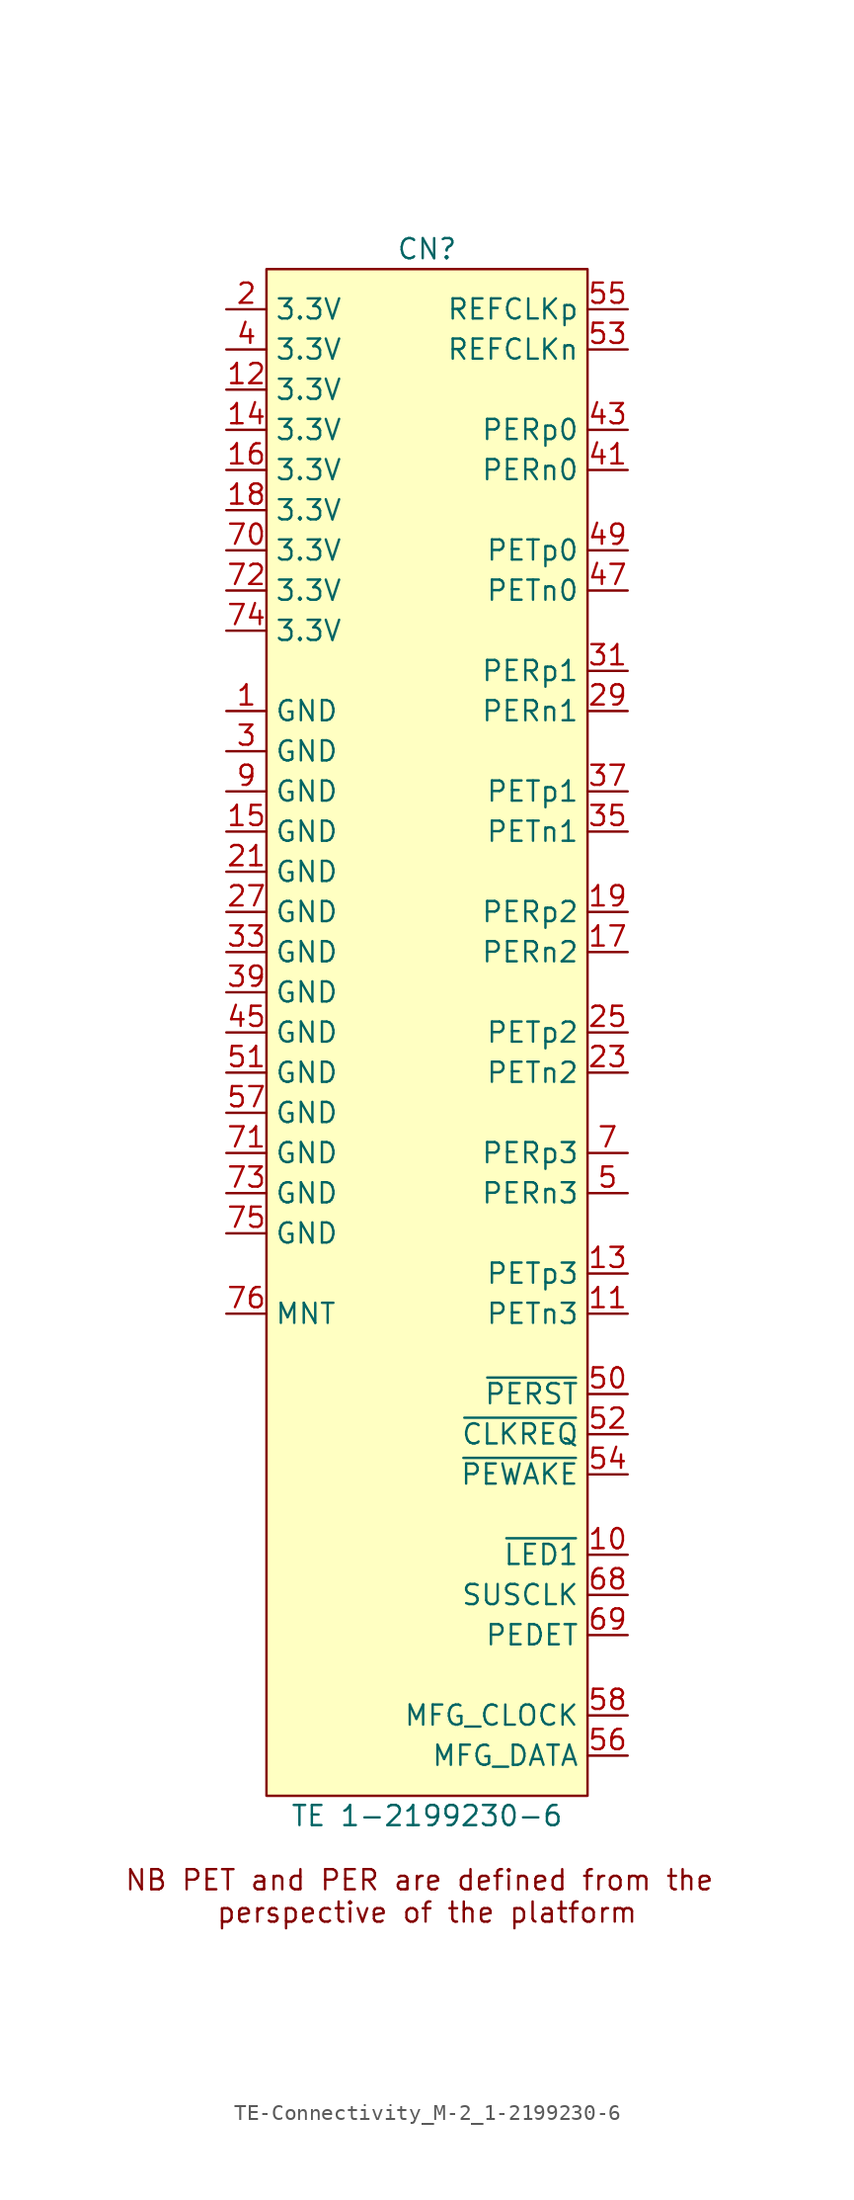
<source format=kicad_sym>
(kicad_symbol_lib
  (version 20220914)
  (generator kicad_symbol_editor)
  (symbol "TE-Connectivity_M-2_1-2199230-6"
    (property "Reference" "CN"
      (at 0 3.81 0)
      (do_not_autoplace)
      (effects (font (size 1.27 1.27))))
    (property "Value" "TE 1-2199230-6"
      (at 0 -95.25 0)
      (do_not_autoplace)
      (effects (font (size 1.27 1.27))))
    (symbol "TE-Connectivity_M-2_1-2199230-6_1_1"
      (rectangle (start -10.16 2.54) (end 10.16 -93.98) (stroke (width 0) (type default)) (fill (type background)))
      (text "NB PET and PER are defined from the \nperspective of the platform" (at 0 -100.33 0) (effects (font (size 1.27 1.27))))
      (pin power_in line (at -12.7 -25.4 0) (length 2.54) (name "GND" (effects (font (size 1.27 1.27)))) (number "1" (effects (font (size 1.27 1.27)))))
      (pin open_collector line (at 12.7 -78.74 180) (length 2.54) (name "~{LED1}" (effects (font (size 1.27 1.27)))) (number "10" (effects (font (size 1.27 1.27)))))
      (pin output line (at 12.7 -63.5 180) (length 2.54) (name "PETn3" (effects (font (size 1.27 1.27)))) (number "11" (effects (font (size 1.27 1.27)))))
      (pin power_in line (at -12.7 -5.08 0) (length 2.54) (name "3.3V" (effects (font (size 1.27 1.27)))) (number "12" (effects (font (size 1.27 1.27)))))
      (pin output line (at 12.7 -60.96 180) (length 2.54) (name "PETp3" (effects (font (size 1.27 1.27)))) (number "13" (effects (font (size 1.27 1.27)))))
      (pin power_in line (at -12.7 -7.62 0) (length 2.54) (name "3.3V" (effects (font (size 1.27 1.27)))) (number "14" (effects (font (size 1.27 1.27)))))
      (pin power_in line (at -12.7 -33.02 0) (length 2.54) (name "GND" (effects (font (size 1.27 1.27)))) (number "15" (effects (font (size 1.27 1.27)))))
      (pin power_in line (at -12.7 -10.16 0) (length 2.54) (name "3.3V" (effects (font (size 1.27 1.27)))) (number "16" (effects (font (size 1.27 1.27)))))
      (pin input line (at 12.7 -40.64 180) (length 2.54) (name "PERn2" (effects (font (size 1.27 1.27)))) (number "17" (effects (font (size 1.27 1.27)))))
      (pin power_in line (at -12.7 -12.7 0) (length 2.54) (name "3.3V" (effects (font (size 1.27 1.27)))) (number "18" (effects (font (size 1.27 1.27)))))
      (pin input line (at 12.7 -38.1 180) (length 2.54) (name "PERp2" (effects (font (size 1.27 1.27)))) (number "19" (effects (font (size 1.27 1.27)))))
      (pin power_in line (at -12.7 0 0) (length 2.54) (name "3.3V" (effects (font (size 1.27 1.27)))) (number "2" (effects (font (size 1.27 1.27)))))
      (pin no_connect line (at -12.7 -68.58 0) (length 2.54) hide (name "NC" (effects (font (size 1.27 1.27)))) (number "20" (effects (font (size 1.27 1.27)))))
      (pin power_in line (at -12.7 -35.56 0) (length 2.54) (name "GND" (effects (font (size 1.27 1.27)))) (number "21" (effects (font (size 1.27 1.27)))))
      (pin no_connect line (at -12.7 -69.85 0) (length 2.54) hide (name "NC" (effects (font (size 1.27 1.27)))) (number "22" (effects (font (size 1.27 1.27)))))
      (pin output line (at 12.7 -48.26 180) (length 2.54) (name "PETn2" (effects (font (size 1.27 1.27)))) (number "23" (effects (font (size 1.27 1.27)))))
      (pin no_connect line (at -12.7 -71.12 0) (length 2.54) hide (name "NC" (effects (font (size 1.27 1.27)))) (number "24" (effects (font (size 1.27 1.27)))))
      (pin output line (at 12.7 -45.72 180) (length 2.54) (name "PETp2" (effects (font (size 1.27 1.27)))) (number "25" (effects (font (size 1.27 1.27)))))
      (pin no_connect line (at -12.7 -72.39 0) (length 2.54) hide (name "NC" (effects (font (size 1.27 1.27)))) (number "26" (effects (font (size 1.27 1.27)))))
      (pin power_in line (at -12.7 -38.1 0) (length 2.54) (name "GND" (effects (font (size 1.27 1.27)))) (number "27" (effects (font (size 1.27 1.27)))))
      (pin no_connect line (at -12.7 -73.66 0) (length 2.54) hide (name "NC" (effects (font (size 1.27 1.27)))) (number "28" (effects (font (size 1.27 1.27)))))
      (pin input line (at 12.7 -25.4 180) (length 2.54) (name "PERn1" (effects (font (size 1.27 1.27)))) (number "29" (effects (font (size 1.27 1.27)))))
      (pin power_in line (at -12.7 -27.94 0) (length 2.54) (name "GND" (effects (font (size 1.27 1.27)))) (number "3" (effects (font (size 1.27 1.27)))))
      (pin no_connect line (at -12.7 -74.93 0) (length 2.54) hide (name "NC" (effects (font (size 1.27 1.27)))) (number "30" (effects (font (size 1.27 1.27)))))
      (pin input line (at 12.7 -22.86 180) (length 2.54) (name "PERp1" (effects (font (size 1.27 1.27)))) (number "31" (effects (font (size 1.27 1.27)))))
      (pin no_connect line (at -12.7 -76.2 0) (length 2.54) hide (name "NC" (effects (font (size 1.27 1.27)))) (number "32" (effects (font (size 1.27 1.27)))))
      (pin power_in line (at -12.7 -40.64 0) (length 2.54) (name "GND" (effects (font (size 1.27 1.27)))) (number "33" (effects (font (size 1.27 1.27)))))
      (pin no_connect line (at -12.7 -77.47 0) (length 2.54) hide (name "NC" (effects (font (size 1.27 1.27)))) (number "34" (effects (font (size 1.27 1.27)))))
      (pin output line (at 12.7 -33.02 180) (length 2.54) (name "PETn1" (effects (font (size 1.27 1.27)))) (number "35" (effects (font (size 1.27 1.27)))))
      (pin no_connect line (at -12.7 -78.74 0) (length 2.54) hide (name "NC" (effects (font (size 1.27 1.27)))) (number "36" (effects (font (size 1.27 1.27)))))
      (pin output line (at 12.7 -30.48 180) (length 2.54) (name "PETp1" (effects (font (size 1.27 1.27)))) (number "37" (effects (font (size 1.27 1.27)))))
      (pin no_connect line (at -12.7 -80.01 0) (length 2.54) hide (name "NC" (effects (font (size 1.27 1.27)))) (number "38" (effects (font (size 1.27 1.27)))))
      (pin power_in line (at -12.7 -43.18 0) (length 2.54) (name "GND" (effects (font (size 1.27 1.27)))) (number "39" (effects (font (size 1.27 1.27)))))
      (pin power_in line (at -12.7 -2.54 0) (length 2.54) (name "3.3V" (effects (font (size 1.27 1.27)))) (number "4" (effects (font (size 1.27 1.27)))))
      (pin no_connect line (at -12.7 -81.28 0) (length 2.54) hide (name "NC" (effects (font (size 1.27 1.27)))) (number "40" (effects (font (size 1.27 1.27)))))
      (pin input line (at 12.7 -10.16 180) (length 2.54) (name "PERn0" (effects (font (size 1.27 1.27)))) (number "41" (effects (font (size 1.27 1.27)))))
      (pin no_connect line (at -12.7 -82.55 0) (length 2.54) hide (name "NC" (effects (font (size 1.27 1.27)))) (number "42" (effects (font (size 1.27 1.27)))))
      (pin input line (at 12.7 -7.62 180) (length 2.54) (name "PERp0" (effects (font (size 1.27 1.27)))) (number "43" (effects (font (size 1.27 1.27)))))
      (pin no_connect line (at -12.7 -83.82 0) (length 2.54) hide (name "NC" (effects (font (size 1.27 1.27)))) (number "44" (effects (font (size 1.27 1.27)))))
      (pin power_in line (at -12.7 -45.72 0) (length 2.54) (name "GND" (effects (font (size 1.27 1.27)))) (number "45" (effects (font (size 1.27 1.27)))))
      (pin no_connect line (at -12.7 -85.09 0) (length 2.54) hide (name "NC" (effects (font (size 1.27 1.27)))) (number "46" (effects (font (size 1.27 1.27)))))
      (pin output line (at 12.7 -17.78 180) (length 2.54) (name "PETn0" (effects (font (size 1.27 1.27)))) (number "47" (effects (font (size 1.27 1.27)))))
      (pin no_connect line (at -12.7 -86.36 0) (length 2.54) hide (name "NC" (effects (font (size 1.27 1.27)))) (number "48" (effects (font (size 1.27 1.27)))))
      (pin output line (at 12.7 -15.24 180) (length 2.54) (name "PETp0" (effects (font (size 1.27 1.27)))) (number "49" (effects (font (size 1.27 1.27)))))
      (pin input line (at 12.7 -55.88 180) (length 2.54) (name "PERn3" (effects (font (size 1.27 1.27)))) (number "5" (effects (font (size 1.27 1.27)))))
      (pin input line (at 12.7 -68.58 180) (length 2.54) (name "~{PERST}" (effects (font (size 1.27 1.27)))) (number "50" (effects (font (size 1.27 1.27)))))
      (pin power_in line (at -12.7 -48.26 0) (length 2.54) (name "GND" (effects (font (size 1.27 1.27)))) (number "51" (effects (font (size 1.27 1.27)))))
      (pin output line (at 12.7 -71.12 180) (length 2.54) (name "~{CLKREQ}" (effects (font (size 1.27 1.27)))) (number "52" (effects (font (size 1.27 1.27)))))
      (pin input line (at 12.7 -2.54 180) (length 2.54) (name "REFCLKn" (effects (font (size 1.27 1.27)))) (number "53" (effects (font (size 1.27 1.27)))))
      (pin output line (at 12.7 -73.66 180) (length 2.54) (name "~{PEWAKE}" (effects (font (size 1.27 1.27)))) (number "54" (effects (font (size 1.27 1.27)))))
      (pin input line (at 12.7 0 180) (length 2.54) (name "REFCLKp" (effects (font (size 1.27 1.27)))) (number "55" (effects (font (size 1.27 1.27)))))
      (pin bidirectional line (at 12.7 -91.44 180) (length 2.54) (name "MFG_DATA" (effects (font (size 1.27 1.27)))) (number "56" (effects (font (size 1.27 1.27)))))
      (pin power_in line (at -12.7 -50.8 0) (length 2.54) (name "GND" (effects (font (size 1.27 1.27)))) (number "57" (effects (font (size 1.27 1.27)))))
      (pin input line (at 12.7 -88.9 180) (length 2.54) (name "MFG_CLOCK" (effects (font (size 1.27 1.27)))) (number "58" (effects (font (size 1.27 1.27)))))
      (pin no_connect line (at -12.7 -66.04 0) (length 2.54) hide (name "NC" (effects (font (size 1.27 1.27)))) (number "6" (effects (font (size 1.27 1.27)))))
      (pin no_connect line (at -12.7 -87.63 0) (length 2.54) hide (name "NC" (effects (font (size 1.27 1.27)))) (number "67" (effects (font (size 1.27 1.27)))))
      (pin input line (at 12.7 -81.28 180) (length 2.54) (name "SUSCLK" (effects (font (size 1.27 1.27)))) (number "68" (effects (font (size 1.27 1.27)))))
      (pin passive line (at 12.7 -83.82 180) (length 2.54) (name "PEDET" (effects (font (size 1.27 1.27)))) (number "69" (effects (font (size 1.27 1.27)))))
      (pin input line (at 12.7 -53.34 180) (length 2.54) (name "PERp3" (effects (font (size 1.27 1.27)))) (number "7" (effects (font (size 1.27 1.27)))))
      (pin power_in line (at -12.7 -15.24 0) (length 2.54) (name "3.3V" (effects (font (size 1.27 1.27)))) (number "70" (effects (font (size 1.27 1.27)))))
      (pin power_in line (at -12.7 -53.34 0) (length 2.54) (name "GND" (effects (font (size 1.27 1.27)))) (number "71" (effects (font (size 1.27 1.27)))))
      (pin power_in line (at -12.7 -17.78 0) (length 2.54) (name "3.3V" (effects (font (size 1.27 1.27)))) (number "72" (effects (font (size 1.27 1.27)))))
      (pin power_in line (at -12.7 -55.88 0) (length 2.54) (name "GND" (effects (font (size 1.27 1.27)))) (number "73" (effects (font (size 1.27 1.27)))))
      (pin power_in line (at -12.7 -20.32 0) (length 2.54) (name "3.3V" (effects (font (size 1.27 1.27)))) (number "74" (effects (font (size 1.27 1.27)))))
      (pin power_in line (at -12.7 -58.42 0) (length 2.54) (name "GND" (effects (font (size 1.27 1.27)))) (number "75" (effects (font (size 1.27 1.27)))))
      (pin passive line (at -12.7 -63.5 0) (length 2.54) (name "MNT" (effects (font (size 1.27 1.27)))) (number "76" (effects (font (size 1.27 1.27)))))
      (pin no_connect line (at -12.7 -67.31 0) (length 2.54) hide (name "NC" (effects (font (size 1.27 1.27)))) (number "8" (effects (font (size 1.27 1.27)))))
      (pin power_in line (at -12.7 -30.48 0) (length 2.54) (name "GND" (effects (font (size 1.27 1.27)))) (number "9" (effects (font (size 1.27 1.27))))))))
</source>
